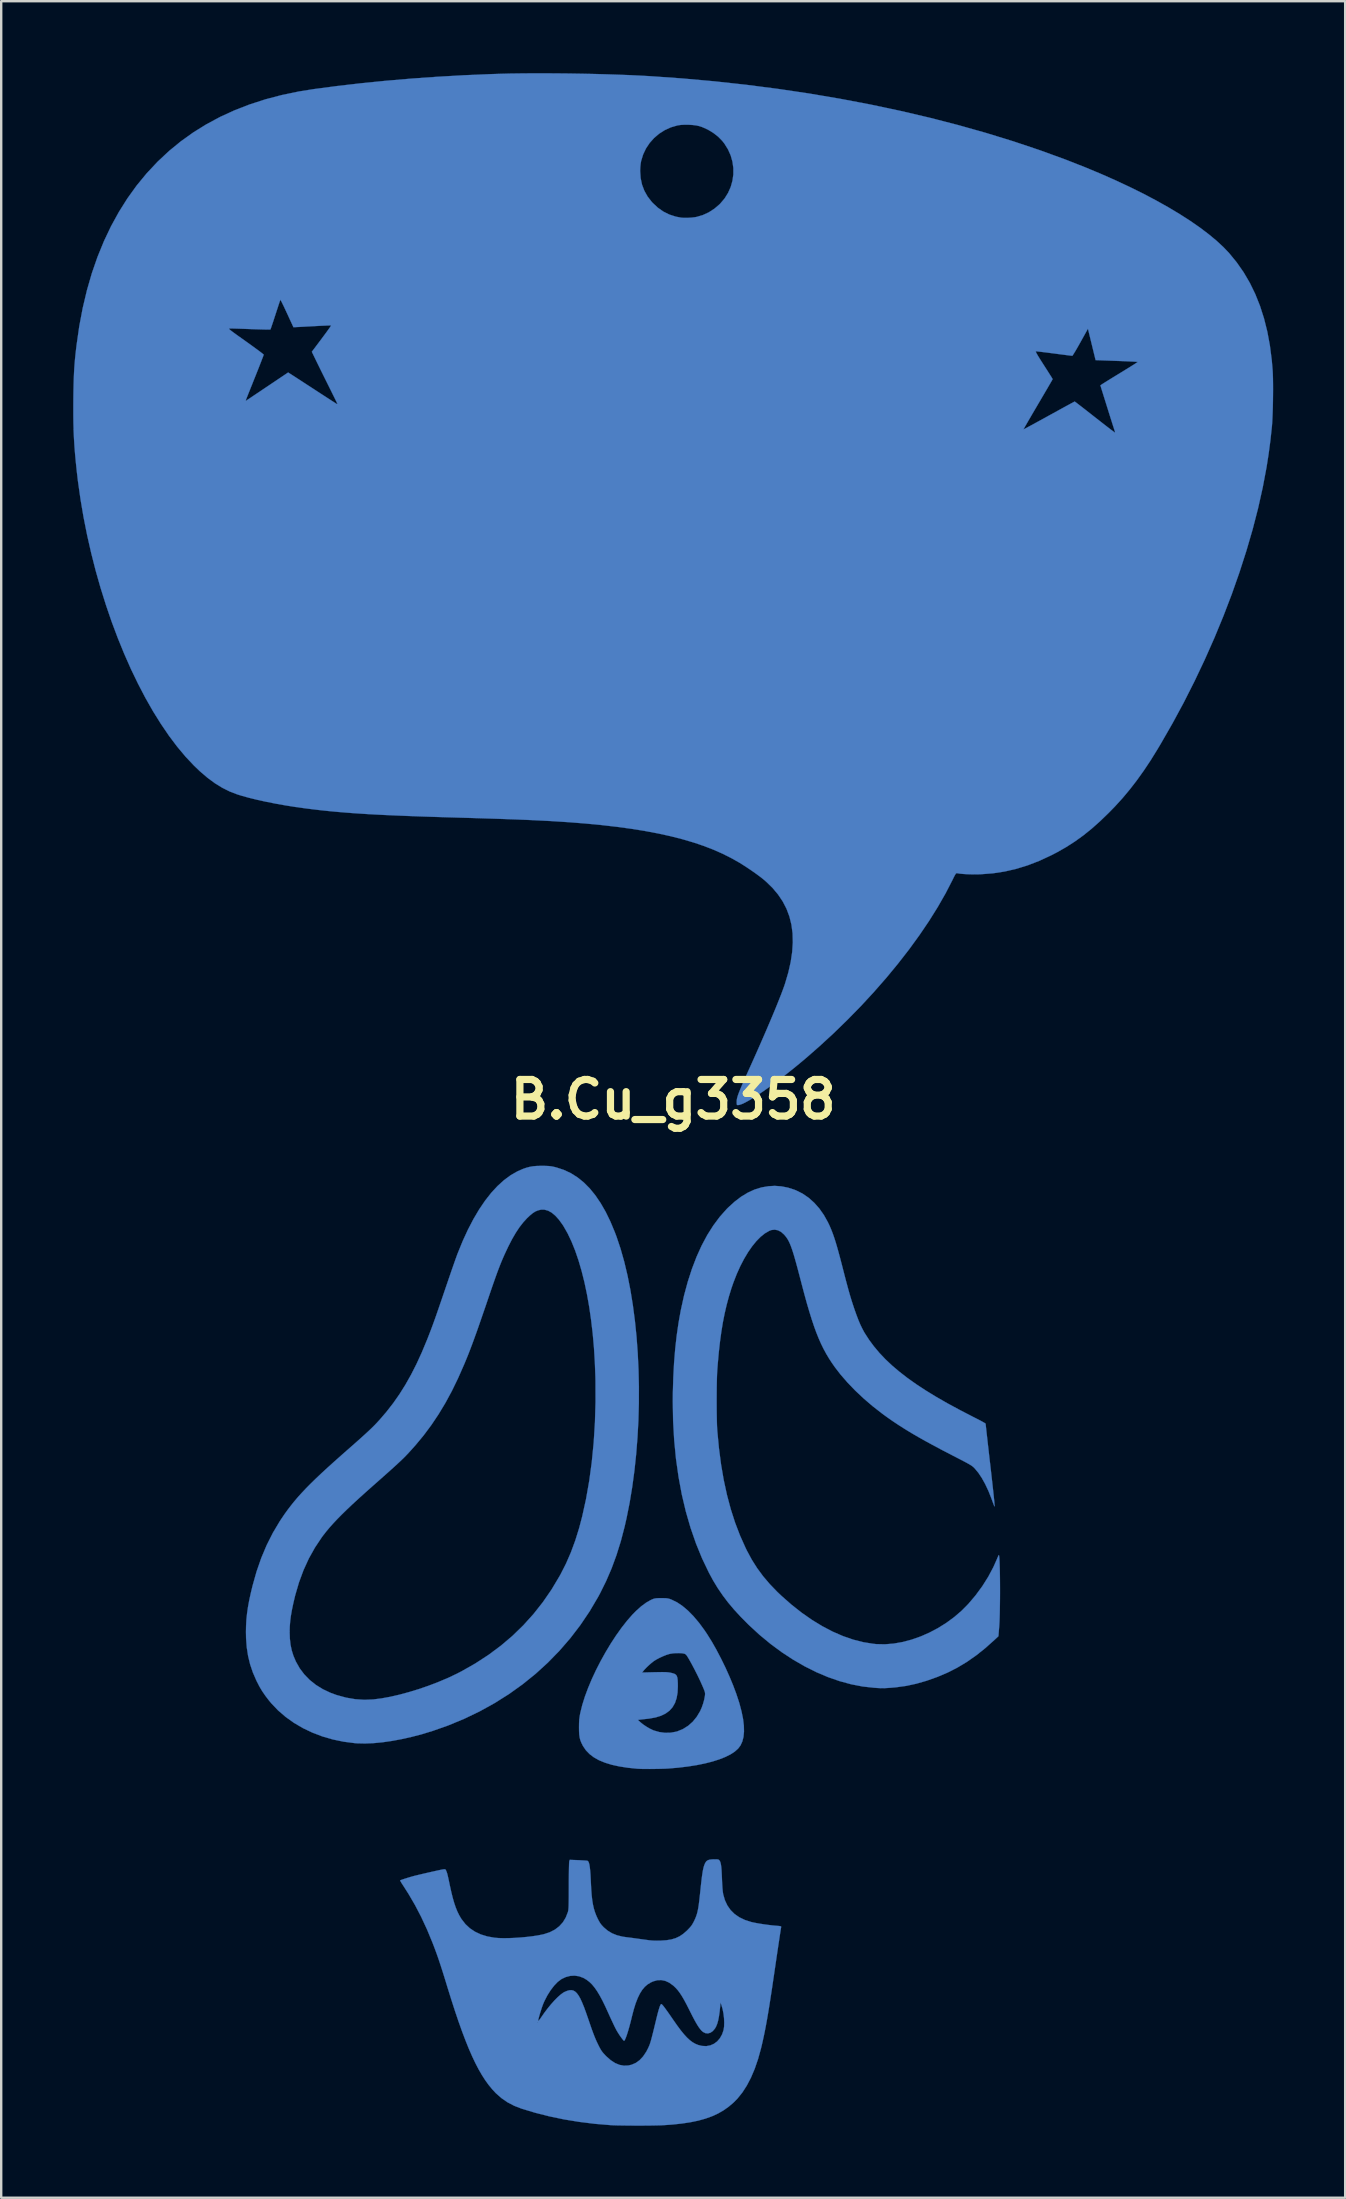
<source format=kicad_pcb>
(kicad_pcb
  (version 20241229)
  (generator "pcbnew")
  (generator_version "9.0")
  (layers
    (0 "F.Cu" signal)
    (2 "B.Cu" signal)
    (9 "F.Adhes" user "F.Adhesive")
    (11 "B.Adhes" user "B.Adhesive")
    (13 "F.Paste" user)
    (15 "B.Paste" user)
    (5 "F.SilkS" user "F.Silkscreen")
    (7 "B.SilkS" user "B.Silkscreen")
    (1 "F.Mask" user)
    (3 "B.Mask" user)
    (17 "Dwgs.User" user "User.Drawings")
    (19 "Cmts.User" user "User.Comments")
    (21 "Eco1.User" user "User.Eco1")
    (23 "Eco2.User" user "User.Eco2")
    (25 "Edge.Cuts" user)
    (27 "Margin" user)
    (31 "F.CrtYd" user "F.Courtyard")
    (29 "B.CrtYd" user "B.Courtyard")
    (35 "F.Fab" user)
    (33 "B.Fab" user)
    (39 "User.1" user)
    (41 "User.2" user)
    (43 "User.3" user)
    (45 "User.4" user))
  (footprint "B.Cu_g3358"
    (layer "F.Cu")
    (at 24.999 42.763)
    (property "Reference" "B.Cu_g3358" (at 0 0 0) (layer "F.SilkS") (effects (font (size 1.524 1.524) (thickness 0.3))))
    (attr through_hole)
    (fp_poly (pts (xy -0.487 20.776) (xy -0.372 20.777) (xy -0.288 20.78) (xy -0.223 20.789) (xy -0.164 20.803) (xy -0.1 20.826) (xy -0.062 20.841) (xy 0.163 20.951) (xy 0.389 21.104) (xy 0.618 21.297) (xy 0.847 21.53) (xy 1.077 21.803) (xy 1.306 22.114) (xy 1.423 22.289) (xy 1.616 22.599) (xy 1.807 22.937) (xy 1.995 23.296) (xy 2.176 23.666) (xy 2.344 24.039) (xy 2.497 24.408) (xy 2.63 24.763) (xy 2.74 25.097) (xy 2.761 25.166) (xy 2.85 25.504) (xy 2.912 25.811) (xy 2.945 26.088) (xy 2.951 26.336) (xy 2.93 26.556) (xy 2.881 26.749) (xy 2.804 26.916) (xy 2.804 26.916) (xy 2.705 27.046) (xy 2.566 27.17) (xy 2.389 27.286) (xy 2.174 27.393) (xy 1.925 27.492) (xy 1.643 27.582) (xy 1.329 27.662) (xy 0.986 27.732) (xy 0.614 27.791) (xy 0.216 27.839) (xy -0.206 27.875) (xy -0.222 27.876) (xy -0.335 27.882) (xy -0.476 27.886) (xy -0.635 27.89) (xy -0.804 27.892) (xy -0.974 27.894) (xy -1.137 27.893) (xy -1.283 27.892) (xy -1.404 27.888) (xy -1.492 27.884) (xy -1.492 27.884) (xy -1.887 27.843) (xy -2.243 27.788) (xy -2.562 27.718) (xy -2.844 27.631) (xy -3.092 27.529) (xy -3.305 27.409) (xy -3.486 27.272) (xy -3.635 27.117) (xy -3.754 26.943) (xy -3.776 26.903) (xy -3.83 26.792) (xy -3.87 26.689) (xy -3.897 26.582) (xy -3.914 26.463) (xy -3.922 26.321) (xy -3.924 26.151) (xy -3.922 26.003) (xy -3.917 25.884) (xy -3.914 25.849) (xy -1.471 25.849) (xy -1.355 25.955) (xy -1.245 26.043) (xy -1.112 26.132) (xy -0.973 26.213) (xy -0.842 26.276) (xy -0.812 26.288) (xy -0.58 26.355) (xy -0.341 26.387) (xy -0.105 26.382) (xy 0.122 26.341) (xy 0.18 26.324) (xy 0.414 26.226) (xy 0.627 26.092) (xy 0.816 25.924) (xy 0.982 25.72) (xy 1.124 25.483) (xy 1.129 25.472) (xy 1.191 25.332) (xy 1.247 25.172) (xy 1.292 25.009) (xy 1.32 24.862) (xy 1.324 24.834) (xy 1.329 24.781) (xy 1.328 24.736) (xy 1.32 24.688) (xy 1.301 24.63) (xy 1.27 24.551) (xy 1.225 24.446) (xy 1.129 24.23) (xy 1.016 23.994) (xy 0.894 23.753) (xy 0.772 23.522) (xy 0.676 23.349) (xy 0.618 23.251) (xy 0.576 23.184) (xy 0.542 23.14) (xy 0.512 23.113) (xy 0.48 23.097) (xy 0.455 23.088) (xy 0.368 23.073) (xy 0.253 23.066) (xy 0.124 23.067) (xy -0.006 23.077) (xy -0.124 23.095) (xy -0.159 23.103) (xy -0.28 23.14) (xy -0.42 23.196) (xy -0.564 23.262) (xy -0.697 23.332) (xy -0.805 23.399) (xy -0.811 23.404) (xy -0.908 23.48) (xy -1.013 23.572) (xy -1.114 23.668) (xy -1.199 23.757) (xy -1.231 23.796) (xy -1.294 23.875) (xy -0.779 23.862) (xy -0.607 23.859) (xy -0.47 23.857) (xy -0.362 23.858) (xy -0.276 23.861) (xy -0.205 23.868) (xy -0.144 23.877) (xy -0.106 23.884) (xy -0.011 23.907) (xy 0.061 23.933) (xy 0.114 23.968) (xy 0.15 24.018) (xy 0.174 24.089) (xy 0.187 24.186) (xy 0.193 24.315) (xy 0.195 24.448) (xy 0.183 24.71) (xy 0.143 24.942) (xy 0.075 25.144) (xy -0.024 25.318) (xy -0.153 25.464) (xy -0.315 25.583) (xy -0.51 25.678) (xy -0.738 25.748) (xy -1.002 25.795) (xy -1.061 25.802) (xy -1.165 25.813) (xy -1.264 25.824) (xy -1.344 25.834) (xy -1.376 25.837) (xy -1.471 25.849) (xy -3.914 25.849) (xy -3.907 25.778) (xy -3.892 25.673) (xy -3.869 25.553) (xy -3.866 25.541) (xy -3.786 25.219) (xy -3.678 24.876) (xy -3.544 24.517) (xy -3.389 24.147) (xy -3.214 23.772) (xy -3.022 23.398) (xy -2.817 23.029) (xy -2.602 22.671) (xy -2.379 22.33) (xy -2.152 22.011) (xy -1.923 21.719) (xy -1.696 21.46) (xy -1.542 21.304) (xy -1.329 21.113) (xy -1.127 20.964) (xy -0.936 20.855) (xy -0.881 20.83) (xy -0.821 20.806) (xy -0.767 20.791) (xy -0.706 20.781) (xy -0.629 20.777) (xy -0.524 20.776) (xy -0.487 20.776)) (stroke (width 0.01) (type solid)) (fill yes) (layer "B.Cu"))
    (fp_poly (pts (xy -5.45 2.764) (xy -5.316 2.766) (xy -5.211 2.77) (xy -5.125 2.777) (xy -5.046 2.789) (xy -4.961 2.807) (xy -4.858 2.833) (xy -4.554 2.933) (xy -4.264 3.069) (xy -3.988 3.243) (xy -3.726 3.454) (xy -3.478 3.703) (xy -3.244 3.99) (xy -3.022 4.317) (xy -2.812 4.682) (xy -2.615 5.087) (xy -2.429 5.533) (xy -2.359 5.719) (xy -2.19 6.225) (xy -2.037 6.766) (xy -1.901 7.339) (xy -1.782 7.941) (xy -1.68 8.568) (xy -1.595 9.217) (xy -1.527 9.884) (xy -1.477 10.566) (xy -1.444 11.26) (xy -1.428 11.961) (xy -1.43 12.666) (xy -1.449 13.373) (xy -1.487 14.077) (xy -1.542 14.776) (xy -1.615 15.465) (xy -1.706 16.142) (xy -1.815 16.802) (xy -1.943 17.442) (xy -2.022 17.791) (xy -2.181 18.402) (xy -2.362 18.981) (xy -2.564 19.532) (xy -2.792 20.061) (xy -3.046 20.574) (xy -3.128 20.726) (xy -3.481 21.325) (xy -3.869 21.9) (xy -4.289 22.448) (xy -4.741 22.97) (xy -5.223 23.464) (xy -5.734 23.93) (xy -6.274 24.366) (xy -6.841 24.772) (xy -7.435 25.146) (xy -8.054 25.489) (xy -8.697 25.799) (xy -9.363 26.076) (xy -10.012 26.305) (xy -10.446 26.438) (xy -10.878 26.552) (xy -11.303 26.648) (xy -11.716 26.725) (xy -12.113 26.782) (xy -12.489 26.818) (xy -12.84 26.832) (xy -13.162 26.825) (xy -13.261 26.818) (xy -13.727 26.758) (xy -14.18 26.664) (xy -14.616 26.538) (xy -15.033 26.379) (xy -15.428 26.191) (xy -15.8 25.973) (xy -16.145 25.727) (xy -16.461 25.455) (xy -16.745 25.157) (xy -16.833 25.052) (xy -16.989 24.849) (xy -17.121 24.657) (xy -17.238 24.461) (xy -17.349 24.245) (xy -17.367 24.209) (xy -17.513 23.872) (xy -17.627 23.535) (xy -17.711 23.19) (xy -17.767 22.831) (xy -17.796 22.45) (xy -17.801 22.187) (xy -17.801 22.172) (xy -15.981 22.172) (xy -15.972 22.457) (xy -15.944 22.713) (xy -15.894 22.951) (xy -15.822 23.18) (xy -15.724 23.41) (xy -15.719 23.421) (xy -15.562 23.699) (xy -15.37 23.954) (xy -15.145 24.185) (xy -14.888 24.39) (xy -14.601 24.568) (xy -14.284 24.718) (xy -14.022 24.814) (xy -13.63 24.921) (xy -13.246 24.987) (xy -12.867 25.012) (xy -12.502 24.997) (xy -12.161 24.954) (xy -11.793 24.887) (xy -11.405 24.798) (xy -11.003 24.689) (xy -10.594 24.564) (xy -10.185 24.423) (xy -9.783 24.269) (xy -9.394 24.104) (xy -9.024 23.93) (xy -8.826 23.828) (xy -8.245 23.498) (xy -7.696 23.141) (xy -7.18 22.757) (xy -6.696 22.346) (xy -6.244 21.907) (xy -5.822 21.44) (xy -5.431 20.944) (xy -5.069 20.419) (xy -4.737 19.863) (xy -4.692 19.782) (xy -4.466 19.338) (xy -4.263 18.872) (xy -4.081 18.379) (xy -3.918 17.856) (xy -3.791 17.372) (xy -3.631 16.646) (xy -3.498 15.89) (xy -3.392 15.105) (xy -3.312 14.294) (xy -3.26 13.458) (xy -3.235 12.601) (xy -3.237 11.723) (xy -3.241 11.557) (xy -3.264 10.94) (xy -3.301 10.337) (xy -3.353 9.751) (xy -3.42 9.184) (xy -3.499 8.637) (xy -3.592 8.113) (xy -3.697 7.615) (xy -3.815 7.145) (xy -3.944 6.704) (xy -4.084 6.295) (xy -4.235 5.92) (xy -4.396 5.581) (xy -4.567 5.281) (xy -4.609 5.216) (xy -4.76 5.007) (xy -4.911 4.84) (xy -5.06 4.715) (xy -5.21 4.632) (xy -5.36 4.591) (xy -5.509 4.591) (xy -5.535 4.595) (xy -5.646 4.624) (xy -5.751 4.67) (xy -5.857 4.739) (xy -5.972 4.834) (xy -6.086 4.942) (xy -6.248 5.119) (xy -6.405 5.321) (xy -6.559 5.553) (xy -6.712 5.817) (xy -6.867 6.117) (xy -6.975 6.346) (xy -7.038 6.483) (xy -7.096 6.615) (xy -7.152 6.747) (xy -7.207 6.883) (xy -7.264 7.029) (xy -7.324 7.188) (xy -7.388 7.365) (xy -7.459 7.566) (xy -7.539 7.794) (xy -7.628 8.054) (xy -7.696 8.254) (xy -7.819 8.616) (xy -7.931 8.941) (xy -8.032 9.233) (xy -8.123 9.496) (xy -8.207 9.733) (xy -8.285 9.948) (xy -8.357 10.145) (xy -8.425 10.327) (xy -8.49 10.497) (xy -8.554 10.66) (xy -8.619 10.819) (xy -8.684 10.977) (xy -8.709 11.036) (xy -8.961 11.608) (xy -9.221 12.143) (xy -9.492 12.644) (xy -9.777 13.116) (xy -10.077 13.564) (xy -10.396 13.992) (xy -10.738 14.405) (xy -11.003 14.7) (xy -11.073 14.775) (xy -11.143 14.848) (xy -11.216 14.922) (xy -11.295 14.999) (xy -11.383 15.083) (xy -11.482 15.175) (xy -11.596 15.28) (xy -11.727 15.398) (xy -11.878 15.534) (xy -12.053 15.689) (xy -12.253 15.867) (xy -12.483 16.07) (xy -12.488 16.074) (xy -12.81 16.36) (xy -13.1 16.622) (xy -13.362 16.863) (xy -13.596 17.085) (xy -13.807 17.291) (xy -13.996 17.483) (xy -14.165 17.663) (xy -14.318 17.834) (xy -14.455 17.998) (xy -14.58 18.158) (xy -14.639 18.237) (xy -14.925 18.666) (xy -15.18 19.122) (xy -15.401 19.605) (xy -15.59 20.115) (xy -15.747 20.651) (xy -15.757 20.69) (xy -15.829 20.995) (xy -15.886 21.267) (xy -15.929 21.514) (xy -15.958 21.742) (xy -15.975 21.957) (xy -15.981 22.168) (xy -15.981 22.172) (xy -17.801 22.172) (xy -17.796 21.926) (xy -17.782 21.671) (xy -17.755 21.414) (xy -17.717 21.149) (xy -17.665 20.866) (xy -17.598 20.559) (xy -17.526 20.261) (xy -17.359 19.667) (xy -17.163 19.103) (xy -16.938 18.568) (xy -16.682 18.06) (xy -16.396 17.579) (xy -16.316 17.458) (xy -16.189 17.271) (xy -16.059 17.091) (xy -15.925 16.916) (xy -15.785 16.741) (xy -15.636 16.566) (xy -15.474 16.387) (xy -15.299 16.201) (xy -15.107 16.007) (xy -14.896 15.801) (xy -14.664 15.581) (xy -14.407 15.344) (xy -14.123 15.088) (xy -13.811 14.81) (xy -13.59 14.615) (xy -13.367 14.42) (xy -13.174 14.249) (xy -13.007 14.1) (xy -12.862 13.969) (xy -12.736 13.853) (xy -12.626 13.75) (xy -12.529 13.656) (xy -12.441 13.568) (xy -12.36 13.484) (xy -12.282 13.399) (xy -12.238 13.352) (xy -11.943 13.008) (xy -11.666 12.652) (xy -11.405 12.279) (xy -11.158 11.885) (xy -10.922 11.467) (xy -10.695 11.02) (xy -10.475 10.539) (xy -10.259 10.021) (xy -10.213 9.906) (xy -10.162 9.774) (xy -10.112 9.646) (xy -10.064 9.518) (xy -10.014 9.384) (xy -9.963 9.242) (xy -9.907 9.087) (xy -9.847 8.915) (xy -9.78 8.721) (xy -9.705 8.503) (xy -9.62 8.255) (xy -9.524 7.973) (xy -9.459 7.782) (xy -9.386 7.568) (xy -9.313 7.356) (xy -9.243 7.151) (xy -9.176 6.959) (xy -9.115 6.785) (xy -9.062 6.635) (xy -9.018 6.514) (xy -8.986 6.426) (xy -8.982 6.417) (xy -8.772 5.901) (xy -8.552 5.422) (xy -8.322 4.981) (xy -8.084 4.578) (xy -7.837 4.214) (xy -7.582 3.889) (xy -7.319 3.604) (xy -7.048 3.359) (xy -6.771 3.154) (xy -6.486 2.991) (xy -6.259 2.892) (xy -6.112 2.841) (xy -5.974 2.805) (xy -5.834 2.781) (xy -5.679 2.768) (xy -5.497 2.764) (xy -5.45 2.764)) (stroke (width 0.01) (type solid)) (fill yes) (layer "B.Cu"))
    (fp_poly (pts (xy 4.502 3.617) (xy 4.779 3.671) (xy 5.055 3.759) (xy 5.124 3.787) (xy 5.39 3.92) (xy 5.64 4.091) (xy 5.873 4.298) (xy 6.087 4.539) (xy 6.279 4.812) (xy 6.447 5.113) (xy 6.459 5.138) (xy 6.517 5.26) (xy 6.57 5.383) (xy 6.621 5.509) (xy 6.671 5.644) (xy 6.721 5.791) (xy 6.773 5.955) (xy 6.828 6.141) (xy 6.887 6.352) (xy 6.952 6.593) (xy 7.024 6.869) (xy 7.07 7.048) (xy 7.139 7.318) (xy 7.2 7.552) (xy 7.255 7.756) (xy 7.304 7.937) (xy 7.35 8.099) (xy 7.394 8.248) (xy 7.438 8.391) (xy 7.484 8.532) (xy 7.532 8.678) (xy 7.557 8.752) (xy 7.644 8.996) (xy 7.725 9.207) (xy 7.803 9.39) (xy 7.882 9.552) (xy 7.963 9.702) (xy 7.98 9.73) (xy 8.161 10.011) (xy 8.364 10.285) (xy 8.59 10.555) (xy 8.841 10.82) (xy 9.119 11.082) (xy 9.426 11.342) (xy 9.762 11.603) (xy 10.13 11.864) (xy 10.531 12.127) (xy 10.967 12.393) (xy 11.439 12.664) (xy 11.95 12.94) (xy 12.499 13.224) (xy 12.61 13.28) (xy 12.73 13.341) (xy 12.836 13.397) (xy 12.922 13.445) (xy 12.984 13.481) (xy 13.015 13.504) (xy 13.018 13.508) (xy 13.02 13.532) (xy 13.027 13.595) (xy 13.038 13.694) (xy 13.052 13.825) (xy 13.07 13.984) (xy 13.091 14.169) (xy 13.114 14.376) (xy 13.14 14.601) (xy 13.167 14.843) (xy 13.196 15.096) (xy 13.197 15.1) (xy 13.235 15.431) (xy 13.268 15.723) (xy 13.297 15.977) (xy 13.321 16.195) (xy 13.341 16.381) (xy 13.358 16.536) (xy 13.371 16.663) (xy 13.381 16.763) (xy 13.387 16.84) (xy 13.391 16.895) (xy 13.392 16.931) (xy 13.39 16.95) (xy 13.387 16.954) (xy 13.381 16.945) (xy 13.38 16.944) (xy 13.366 16.909) (xy 13.341 16.843) (xy 13.308 16.755) (xy 13.271 16.653) (xy 13.261 16.626) (xy 13.137 16.312) (xy 13.002 16.026) (xy 12.861 15.771) (xy 12.714 15.551) (xy 12.57 15.378) (xy 12.538 15.344) (xy 12.506 15.314) (xy 12.47 15.284) (xy 12.427 15.253) (xy 12.371 15.218) (xy 12.301 15.177) (xy 12.21 15.127) (xy 12.097 15.067) (xy 11.955 14.993) (xy 11.782 14.904) (xy 11.679 14.851) (xy 11.267 14.638) (xy 10.891 14.438) (xy 10.547 14.251) (xy 10.23 14.073) (xy 9.936 13.902) (xy 9.663 13.736) (xy 9.405 13.572) (xy 9.16 13.409) (xy 8.923 13.244) (xy 8.7 13.081) (xy 8.31 12.777) (xy 7.938 12.458) (xy 7.588 12.129) (xy 7.265 11.794) (xy 6.974 11.459) (xy 6.747 11.165) (xy 6.615 10.977) (xy 6.492 10.788) (xy 6.377 10.595) (xy 6.268 10.394) (xy 6.164 10.183) (xy 6.064 9.957) (xy 5.966 9.714) (xy 5.87 9.45) (xy 5.773 9.161) (xy 5.675 8.845) (xy 5.573 8.498) (xy 5.468 8.117) (xy 5.357 7.698) (xy 5.334 7.609) (xy 5.253 7.299) (xy 5.181 7.026) (xy 5.116 6.788) (xy 5.058 6.582) (xy 5.005 6.405) (xy 4.956 6.253) (xy 4.91 6.124) (xy 4.866 6.014) (xy 4.823 5.92) (xy 4.78 5.84) (xy 4.735 5.769) (xy 4.687 5.705) (xy 4.636 5.644) (xy 4.616 5.622) (xy 4.493 5.515) (xy 4.364 5.448) (xy 4.231 5.423) (xy 4.094 5.438) (xy 4.007 5.47) (xy 3.827 5.574) (xy 3.646 5.718) (xy 3.467 5.899) (xy 3.291 6.115) (xy 3.119 6.363) (xy 2.953 6.641) (xy 2.795 6.945) (xy 2.647 7.274) (xy 2.51 7.625) (xy 2.426 7.868) (xy 2.321 8.209) (xy 2.228 8.555) (xy 2.145 8.911) (xy 2.071 9.283) (xy 2.007 9.675) (xy 1.95 10.092) (xy 1.9 10.539) (xy 1.857 11.02) (xy 1.838 11.271) (xy 1.83 11.404) (xy 1.824 11.571) (xy 1.819 11.766) (xy 1.815 11.983) (xy 1.813 12.215) (xy 1.812 12.455) (xy 1.812 12.697) (xy 1.813 12.935) (xy 1.816 13.161) (xy 1.82 13.37) (xy 1.825 13.554) (xy 1.832 13.708) (xy 1.838 13.801) (xy 1.906 14.52) (xy 1.995 15.205) (xy 2.107 15.857) (xy 2.242 16.477) (xy 2.399 17.067) (xy 2.58 17.63) (xy 2.785 18.166) (xy 3.014 18.677) (xy 3.072 18.796) (xy 3.275 19.172) (xy 3.498 19.525) (xy 3.746 19.862) (xy 4.024 20.189) (xy 4.336 20.513) (xy 4.511 20.679) (xy 4.932 21.05) (xy 5.357 21.385) (xy 5.786 21.684) (xy 6.216 21.946) (xy 6.646 22.171) (xy 7.074 22.357) (xy 7.499 22.504) (xy 7.92 22.611) (xy 8.336 22.678) (xy 8.465 22.691) (xy 8.818 22.699) (xy 9.183 22.67) (xy 9.555 22.605) (xy 9.93 22.506) (xy 10.304 22.375) (xy 10.674 22.213) (xy 11.034 22.023) (xy 11.381 21.806) (xy 11.712 21.563) (xy 12.021 21.297) (xy 12.294 21.021) (xy 12.6 20.66) (xy 12.879 20.28) (xy 13.127 19.886) (xy 13.34 19.485) (xy 13.473 19.188) (xy 13.508 19.104) (xy 13.539 19.035) (xy 13.561 18.99) (xy 13.568 18.979) (xy 13.576 18.99) (xy 13.584 19.039) (xy 13.592 19.123) (xy 13.598 19.238) (xy 13.603 19.379) (xy 13.608 19.543) (xy 13.612 19.727) (xy 13.615 19.925) (xy 13.617 20.136) (xy 13.618 20.353) (xy 13.618 20.574) (xy 13.617 20.795) (xy 13.614 21.012) (xy 13.611 21.221) (xy 13.607 21.418) (xy 13.602 21.6) (xy 13.596 21.762) (xy 13.588 21.9) (xy 13.583 21.971) (xy 13.552 22.363) (xy 13.385 22.519) (xy 13.003 22.86) (xy 12.623 23.163) (xy 12.24 23.431) (xy 11.847 23.667) (xy 11.44 23.875) (xy 11.013 24.057) (xy 10.56 24.218) (xy 10.55 24.221) (xy 10.124 24.343) (xy 9.706 24.433) (xy 9.283 24.491) (xy 9.057 24.511) (xy 8.931 24.519) (xy 8.833 24.525) (xy 8.751 24.527) (xy 8.674 24.527) (xy 8.59 24.524) (xy 8.485 24.518) (xy 8.371 24.51) (xy 7.898 24.458) (xy 7.417 24.365) (xy 6.932 24.233) (xy 6.445 24.064) (xy 5.958 23.857) (xy 5.474 23.614) (xy 4.993 23.336) (xy 4.519 23.025) (xy 4.054 22.681) (xy 3.6 22.306) (xy 3.159 21.9) (xy 3.124 21.866) (xy 2.813 21.552) (xy 2.536 21.251) (xy 2.287 20.955) (xy 2.063 20.659) (xy 1.857 20.357) (xy 1.666 20.042) (xy 1.49 19.717) (xy 1.205 19.122) (xy 0.95 18.498) (xy 0.724 17.845) (xy 0.527 17.164) (xy 0.36 16.458) (xy 0.224 15.727) (xy 0.117 14.972) (xy 0.042 14.194) (xy -0.003 13.396) (xy -0.017 12.578) (xy -0.014 12.234) (xy 0.005 11.587) (xy 0.037 10.975) (xy 0.084 10.394) (xy 0.146 9.839) (xy 0.223 9.306) (xy 0.316 8.788) (xy 0.319 8.774) (xy 0.453 8.166) (xy 0.608 7.593) (xy 0.783 7.053) (xy 0.977 6.547) (xy 1.19 6.077) (xy 1.423 5.642) (xy 1.675 5.244) (xy 1.945 4.883) (xy 2.233 4.559) (xy 2.284 4.508) (xy 2.558 4.258) (xy 2.833 4.048) (xy 3.111 3.88) (xy 3.393 3.751) (xy 3.681 3.662) (xy 3.977 3.612) (xy 4.233 3.598) (xy 4.502 3.617)) (stroke (width 0.01) (type solid)) (fill yes) (layer "B.Cu"))
    (fp_poly (pts (xy 1.851 31.662) (xy 1.889 31.671) (xy 1.913 31.688) (xy 1.927 31.703) (xy 1.952 31.744) (xy 1.973 31.8) (xy 1.99 31.877) (xy 2.004 31.978) (xy 2.015 32.109) (xy 2.024 32.273) (xy 2.032 32.459) (xy 2.041 32.676) (xy 2.053 32.858) (xy 2.067 33.003) (xy 2.083 33.108) (xy 2.084 33.115) (xy 2.155 33.362) (xy 2.258 33.581) (xy 2.392 33.772) (xy 2.558 33.937) (xy 2.757 34.074) (xy 2.988 34.185) (xy 3.253 34.27) (xy 3.281 34.277) (xy 3.414 34.305) (xy 3.577 34.335) (xy 3.76 34.363) (xy 3.951 34.39) (xy 4.139 34.412) (xy 4.312 34.428) (xy 4.323 34.429) (xy 4.412 34.436) (xy 4.465 34.444) (xy 4.493 34.454) (xy 4.5 34.469) (xy 4.498 34.488) (xy 4.491 34.526) (xy 4.479 34.602) (xy 4.461 34.715) (xy 4.439 34.86) (xy 4.413 35.036) (xy 4.382 35.24) (xy 4.348 35.467) (xy 4.311 35.716) (xy 4.272 35.984) (xy 4.23 36.268) (xy 4.187 36.564) (xy 4.18 36.608) (xy 4.12 37.018) (xy 4.063 37.389) (xy 4.011 37.726) (xy 3.961 38.032) (xy 3.913 38.312) (xy 3.867 38.568) (xy 3.821 38.805) (xy 3.776 39.026) (xy 3.73 39.235) (xy 3.684 39.436) (xy 3.659 39.538) (xy 3.536 39.982) (xy 3.397 40.387) (xy 3.242 40.753) (xy 3.07 41.082) (xy 2.882 41.374) (xy 2.676 41.63) (xy 2.515 41.793) (xy 2.313 41.965) (xy 2.099 42.117) (xy 1.868 42.25) (xy 1.617 42.365) (xy 1.344 42.463) (xy 1.045 42.546) (xy 0.717 42.614) (xy 0.358 42.668) (xy -0.037 42.71) (xy -0.392 42.735) (xy -0.516 42.741) (xy -0.676 42.745) (xy -0.863 42.749) (xy -1.07 42.751) (xy -1.291 42.753) (xy -1.519 42.753) (xy -1.746 42.752) (xy -1.965 42.75) (xy -2.169 42.747) (xy -2.352 42.744) (xy -2.506 42.739) (xy -2.614 42.733) (xy -3.264 42.679) (xy -3.91 42.599) (xy -4.547 42.495) (xy -5.166 42.366) (xy -5.761 42.215) (xy -6.317 42.047) (xy -6.626 41.927) (xy -6.904 41.782) (xy -7.156 41.608) (xy -7.387 41.404) (xy -7.398 41.393) (xy -7.545 41.234) (xy -7.689 41.058) (xy -7.829 40.865) (xy -7.967 40.65) (xy -8.104 40.414) (xy -8.24 40.153) (xy -8.376 39.866) (xy -8.514 39.551) (xy -8.653 39.206) (xy -8.796 38.829) (xy -8.931 38.449) (xy -5.652 38.449) (xy -5.641 38.46) (xy -5.63 38.449) (xy -5.641 38.439) (xy -5.652 38.449) (xy -8.931 38.449) (xy -8.942 38.419) (xy -8.951 38.392) (xy -5.626 38.392) (xy -5.626 38.393) (xy -5.613 38.39) (xy -5.582 38.356) (xy -5.538 38.298) (xy -5.495 38.236) (xy -5.363 38.046) (xy -5.224 37.863) (xy -5.083 37.692) (xy -4.945 37.537) (xy -4.812 37.403) (xy -4.689 37.294) (xy -4.581 37.215) (xy -4.527 37.185) (xy -4.422 37.14) (xy -4.328 37.114) (xy -4.242 37.109) (xy -4.162 37.125) (xy -4.087 37.167) (xy -4.014 37.235) (xy -3.943 37.332) (xy -3.87 37.459) (xy -3.796 37.62) (xy -3.716 37.815) (xy -3.631 38.047) (xy -3.538 38.315) (xy -3.462 38.537) (xy -3.397 38.725) (xy -3.338 38.886) (xy -3.285 39.024) (xy -3.234 39.148) (xy -3.183 39.263) (xy -3.129 39.375) (xy -3.084 39.465) (xy -3.028 39.569) (xy -2.974 39.654) (xy -2.912 39.733) (xy -2.832 39.82) (xy -2.784 39.869) (xy -2.603 40.028) (xy -2.422 40.146) (xy -2.24 40.222) (xy -2.056 40.256) (xy -1.87 40.249) (xy -1.729 40.216) (xy -1.557 40.141) (xy -1.398 40.026) (xy -1.253 39.871) (xy -1.122 39.677) (xy -1.044 39.527) (xy -1.023 39.481) (xy -1.004 39.437) (xy -0.985 39.392) (xy -0.967 39.341) (xy -0.948 39.282) (xy -0.926 39.209) (xy -0.902 39.119) (xy -0.873 39.009) (xy -0.839 38.874) (xy -0.799 38.712) (xy -0.752 38.517) (xy -0.696 38.286) (xy -0.671 38.185) (xy -0.641 38.066) (xy -0.61 37.954) (xy -0.581 37.858) (xy -0.558 37.789) (xy -0.552 37.775) (xy -0.525 37.716) (xy -0.504 37.691) (xy -0.485 37.692) (xy -0.474 37.7) (xy -0.439 37.735) (xy -0.388 37.797) (xy -0.32 37.888) (xy -0.233 38.008) (xy -0.126 38.161) (xy -0.000417 38.343) (xy 0.164 38.578) (xy 0.312 38.778) (xy 0.448 38.945) (xy 0.574 39.083) (xy 0.694 39.194) (xy 0.81 39.281) (xy 0.926 39.347) (xy 1.045 39.395) (xy 1.169 39.427) (xy 1.202 39.433) (xy 1.379 39.442) (xy 1.545 39.412) (xy 1.697 39.346) (xy 1.833 39.246) (xy 1.947 39.114) (xy 2.038 38.952) (xy 2.098 38.777) (xy 2.121 38.635) (xy 2.127 38.465) (xy 2.119 38.279) (xy 2.096 38.087) (xy 2.06 37.901) (xy 2.012 37.734) (xy 1.974 37.624) (xy 1.96 37.772) (xy 1.935 38.01) (xy 1.906 38.211) (xy 1.873 38.378) (xy 1.834 38.515) (xy 1.788 38.626) (xy 1.741 38.709) (xy 1.651 38.815) (xy 1.552 38.883) (xy 1.449 38.912) (xy 1.345 38.902) (xy 1.244 38.852) (xy 1.183 38.799) (xy 1.131 38.739) (xy 1.077 38.668) (xy 1.02 38.582) (xy 0.957 38.477) (xy 0.885 38.348) (xy 0.802 38.19) (xy 0.706 38) (xy 0.666 37.92) (xy 0.554 37.699) (xy 0.454 37.513) (xy 0.363 37.357) (xy 0.277 37.226) (xy 0.194 37.115) (xy 0.11 37.021) (xy 0.023 36.937) (xy -0.005 36.913) (xy -0.169 36.796) (xy -0.333 36.722) (xy -0.499 36.689) (xy -0.667 36.697) (xy -0.841 36.747) (xy -0.931 36.788) (xy -1.063 36.868) (xy -1.182 36.97) (xy -1.29 37.098) (xy -1.388 37.254) (xy -1.479 37.441) (xy -1.564 37.661) (xy -1.644 37.919) (xy -1.721 38.215) (xy -1.726 38.238) (xy -1.774 38.434) (xy -1.823 38.617) (xy -1.87 38.783) (xy -1.915 38.929) (xy -1.957 39.05) (xy -1.993 39.141) (xy -2.023 39.2) (xy -2.046 39.221) (xy -2.047 39.221) (xy -2.07 39.204) (xy -2.109 39.158) (xy -2.161 39.089) (xy -2.22 39.006) (xy -2.28 38.915) (xy -2.337 38.823) (xy -2.357 38.788) (xy -2.392 38.723) (xy -2.441 38.626) (xy -2.499 38.504) (xy -2.564 38.365) (xy -2.633 38.217) (xy -2.697 38.075) (xy -2.826 37.791) (xy -2.946 37.545) (xy -3.06 37.334) (xy -3.168 37.154) (xy -3.275 37.001) (xy -3.38 36.874) (xy -3.488 36.769) (xy -3.601 36.682) (xy -3.72 36.61) (xy -3.744 36.598) (xy -3.92 36.532) (xy -4.106 36.505) (xy -4.293 36.516) (xy -4.477 36.564) (xy -4.652 36.647) (xy -4.811 36.766) (xy -4.812 36.767) (xy -4.961 36.923) (xy -5.106 37.112) (xy -5.241 37.325) (xy -5.359 37.553) (xy -5.407 37.661) (xy -5.441 37.749) (xy -5.478 37.854) (xy -5.515 37.969) (xy -5.551 38.084) (xy -5.582 38.192) (xy -5.607 38.285) (xy -5.622 38.354) (xy -5.626 38.392) (xy -8.951 38.392) (xy -9.093 37.973) (xy -9.249 37.489) (xy -9.412 36.966) (xy -9.437 36.883) (xy -9.534 36.566) (xy -9.623 36.284) (xy -9.705 36.031) (xy -9.782 35.8) (xy -9.857 35.586) (xy -9.932 35.383) (xy -10.008 35.184) (xy -10.022 35.147) (xy -10.254 34.586) (xy -10.498 34.061) (xy -10.755 33.567) (xy -11.028 33.099) (xy -11.207 32.818) (xy -11.268 32.724) (xy -11.32 32.643) (xy -11.357 32.581) (xy -11.376 32.544) (xy -11.378 32.537) (xy -11.352 32.525) (xy -11.294 32.504) (xy -11.212 32.476) (xy -11.115 32.445) (xy -11.011 32.413) (xy -10.909 32.383) (xy -10.818 32.357) (xy -10.774 32.346) (xy -10.664 32.319) (xy -10.534 32.288) (xy -10.39 32.254) (xy -10.239 32.219) (xy -10.089 32.185) (xy -9.945 32.153) (xy -9.816 32.124) (xy -9.708 32.101) (xy -9.629 32.085) (xy -9.587 32.078) (xy -9.527 32.071) (xy -9.494 32.078) (xy -9.473 32.104) (xy -9.463 32.124) (xy -9.446 32.163) (xy -9.431 32.204) (xy -9.415 32.254) (xy -9.398 32.32) (xy -9.378 32.407) (xy -9.353 32.521) (xy -9.322 32.669) (xy -9.311 32.724) (xy -9.248 33.009) (xy -9.187 33.257) (xy -9.125 33.474) (xy -9.061 33.663) (xy -8.993 33.83) (xy -8.92 33.98) (xy -8.839 34.119) (xy -8.814 34.156) (xy -8.655 34.36) (xy -8.468 34.534) (xy -8.255 34.676) (xy -8.012 34.789) (xy -7.741 34.872) (xy -7.444 34.925) (xy -7.274 34.939) (xy -7.071 34.945) (xy -6.844 34.942) (xy -6.601 34.932) (xy -6.35 34.915) (xy -6.101 34.892) (xy -5.862 34.863) (xy -5.641 34.83) (xy -5.447 34.791) (xy -5.382 34.776) (xy -5.139 34.696) (xy -4.927 34.586) (xy -4.746 34.448) (xy -4.595 34.281) (xy -4.477 34.086) (xy -4.39 33.864) (xy -4.387 33.856) (xy -4.378 33.822) (xy -4.371 33.783) (xy -4.365 33.736) (xy -4.36 33.676) (xy -4.356 33.6) (xy -4.354 33.502) (xy -4.352 33.379) (xy -4.35 33.228) (xy -4.35 33.043) (xy -4.349 32.82) (xy -4.349 32.766) (xy -4.349 32.566) (xy -4.347 32.377) (xy -4.345 32.205) (xy -4.343 32.052) (xy -4.34 31.925) (xy -4.337 31.828) (xy -4.333 31.764) (xy -4.33 31.741) (xy -4.312 31.68) (xy -3.958 31.693) (xy -3.838 31.699) (xy -3.731 31.705) (xy -3.645 31.711) (xy -3.589 31.716) (xy -3.57 31.72) (xy -3.541 31.743) (xy -3.516 31.791) (xy -3.494 31.867) (xy -3.476 31.973) (xy -3.46 32.111) (xy -3.446 32.285) (xy -3.435 32.497) (xy -3.429 32.628) (xy -3.415 32.905) (xy -3.397 33.146) (xy -3.373 33.356) (xy -3.343 33.541) (xy -3.305 33.708) (xy -3.258 33.862) (xy -3.201 34.01) (xy -3.15 34.121) (xy -3.092 34.234) (xy -3.039 34.321) (xy -2.982 34.396) (xy -2.909 34.474) (xy -2.892 34.492) (xy -2.728 34.631) (xy -2.546 34.741) (xy -2.341 34.823) (xy -2.107 34.881) (xy -1.936 34.905) (xy -1.848 34.916) (xy -1.729 34.931) (xy -1.589 34.95) (xy -1.439 34.971) (xy -1.29 34.992) (xy -1.281 34.993) (xy -1.119 35.015) (xy -0.99 35.032) (xy -0.881 35.042) (xy -0.782 35.048) (xy -0.683 35.049) (xy -0.573 35.048) (xy -0.519 35.046) (xy -0.282 35.03) (xy -0.077 34.997) (xy 0.103 34.943) (xy 0.266 34.867) (xy 0.418 34.764) (xy 0.569 34.633) (xy 0.594 34.608) (xy 0.682 34.516) (xy 0.749 34.438) (xy 0.802 34.359) (xy 0.853 34.267) (xy 0.873 34.227) (xy 0.918 34.13) (xy 0.956 34.035) (xy 0.989 33.936) (xy 1.017 33.828) (xy 1.042 33.704) (xy 1.065 33.558) (xy 1.087 33.385) (xy 1.11 33.179) (xy 1.123 33.059) (xy 1.149 32.81) (xy 1.172 32.6) (xy 1.193 32.424) (xy 1.213 32.277) (xy 1.232 32.156) (xy 1.252 32.057) (xy 1.272 31.975) (xy 1.294 31.906) (xy 1.318 31.847) (xy 1.335 31.81) (xy 1.378 31.745) (xy 1.435 31.701) (xy 1.513 31.674) (xy 1.62 31.661) (xy 1.7 31.658) (xy 1.792 31.658) (xy 1.851 31.662)) (stroke (width 0.01) (type solid)) (fill yes) (layer "B.Cu"))
    (fp_poly (pts (xy -4.855 -42.755) (xy -4.327 -42.75) (xy -3.796 -42.741) (xy -3.268 -42.73) (xy -2.75 -42.716) (xy -2.248 -42.699) (xy -1.769 -42.681) (xy -1.32 -42.659) (xy -0.974 -42.64) (xy 0.376 -42.545) (xy 1.717 -42.425) (xy 3.047 -42.28) (xy 4.364 -42.11) (xy 5.665 -41.917) (xy 6.95 -41.699) (xy 8.215 -41.459) (xy 9.459 -41.195) (xy 10.679 -40.91) (xy 11.874 -40.602) (xy 13.041 -40.273) (xy 14.178 -39.923) (xy 15.284 -39.552) (xy 16.355 -39.162) (xy 17.198 -38.83) (xy 17.834 -38.564) (xy 18.446 -38.293) (xy 19.033 -38.018) (xy 19.593 -37.741) (xy 20.125 -37.46) (xy 20.627 -37.179) (xy 21.098 -36.897) (xy 21.536 -36.616) (xy 21.939 -36.337) (xy 22.306 -36.059) (xy 22.636 -35.786) (xy 22.927 -35.516) (xy 23.161 -35.271) (xy 23.481 -34.88) (xy 23.771 -34.464) (xy 24.029 -34.023) (xy 24.256 -33.556) (xy 24.453 -33.061) (xy 24.62 -32.539) (xy 24.757 -31.989) (xy 24.864 -31.41) (xy 24.942 -30.801) (xy 24.978 -30.371) (xy 24.986 -30.216) (xy 24.991 -30.027) (xy 24.994 -29.811) (xy 24.995 -29.575) (xy 24.993 -29.329) (xy 24.99 -29.078) (xy 24.985 -28.832) (xy 24.977 -28.596) (xy 24.968 -28.381) (xy 24.958 -28.192) (xy 24.947 -28.046) (xy 24.886 -27.474) (xy 24.809 -26.89) (xy 24.723 -26.343) (xy 24.564 -25.499) (xy 24.371 -24.635) (xy 24.144 -23.756) (xy 23.884 -22.864) (xy 23.594 -21.963) (xy 23.275 -21.056) (xy 22.927 -20.147) (xy 22.552 -19.238) (xy 22.151 -18.334) (xy 21.726 -17.437) (xy 21.278 -16.55) (xy 20.807 -15.678) (xy 20.316 -14.823) (xy 20.186 -14.605) (xy 19.896 -14.136) (xy 19.608 -13.703) (xy 19.32 -13.3) (xy 19.026 -12.92) (xy 18.723 -12.557) (xy 18.404 -12.207) (xy 18.151 -11.947) (xy 17.792 -11.6) (xy 17.442 -11.288) (xy 17.093 -11.007) (xy 16.739 -10.752) (xy 16.375 -10.518) (xy 15.994 -10.301) (xy 15.748 -10.174) (xy 15.258 -9.946) (xy 14.775 -9.759) (xy 14.294 -9.611) (xy 13.812 -9.5) (xy 13.324 -9.425) (xy 12.827 -9.387) (xy 12.764 -9.384) (xy 12.593 -9.381) (xy 12.418 -9.383) (xy 12.247 -9.388) (xy 12.089 -9.398) (xy 11.952 -9.41) (xy 11.846 -9.426) (xy 11.822 -9.431) (xy 11.803 -9.43) (xy 11.782 -9.414) (xy 11.757 -9.379) (xy 11.723 -9.32) (xy 11.678 -9.231) (xy 11.638 -9.149) (xy 11.349 -8.588) (xy 11.021 -8.016) (xy 10.658 -7.435) (xy 10.26 -6.848) (xy 9.83 -6.256) (xy 9.369 -5.663) (xy 8.88 -5.07) (xy 8.364 -4.481) (xy 7.824 -3.896) (xy 7.26 -3.32) (xy 6.677 -2.753) (xy 6.074 -2.199) (xy 5.567 -1.755) (xy 5.292 -1.524) (xy 5.019 -1.299) (xy 4.749 -1.084) (xy 4.485 -0.879) (xy 4.23 -0.686) (xy 3.985 -0.507) (xy 3.753 -0.343) (xy 3.537 -0.197) (xy 3.338 -0.069) (xy 3.159 0.038) (xy 3.003 0.124) (xy 2.872 0.186) (xy 2.768 0.222) (xy 2.704 0.232) (xy 2.673 0.231) (xy 2.655 0.219) (xy 2.648 0.187) (xy 2.646 0.126) (xy 2.646 0.096) (xy 2.647 0.048) (xy 2.653 -0.003) (xy 2.664 -0.059) (xy 2.682 -0.124) (xy 2.707 -0.202) (xy 2.742 -0.296) (xy 2.787 -0.408) (xy 2.844 -0.544) (xy 2.914 -0.705) (xy 2.998 -0.895) (xy 3.097 -1.118) (xy 3.185 -1.312) (xy 3.369 -1.722) (xy 3.546 -2.12) (xy 3.714 -2.503) (xy 3.873 -2.869) (xy 4.021 -3.216) (xy 4.158 -3.54) (xy 4.283 -3.841) (xy 4.393 -4.115) (xy 4.49 -4.359) (xy 4.57 -4.572) (xy 4.634 -4.75) (xy 4.663 -4.837) (xy 4.798 -5.296) (xy 4.897 -5.734) (xy 4.959 -6.151) (xy 4.985 -6.547) (xy 4.975 -6.924) (xy 4.928 -7.282) (xy 4.844 -7.623) (xy 4.723 -7.946) (xy 4.565 -8.252) (xy 4.37 -8.543) (xy 4.138 -8.819) (xy 3.868 -9.081) (xy 3.764 -9.17) (xy 3.623 -9.282) (xy 3.454 -9.407) (xy 3.267 -9.538) (xy 3.072 -9.67) (xy 2.879 -9.794) (xy 2.75 -9.874) (xy 2.41 -10.065) (xy 2.051 -10.245) (xy 1.67 -10.413) (xy 1.265 -10.569) (xy 0.836 -10.713) (xy 0.381 -10.847) (xy -0.101 -10.97) (xy -0.613 -11.083) (xy -1.154 -11.185) (xy -1.728 -11.278) (xy -2.334 -11.361) (xy -2.975 -11.435) (xy -3.653 -11.5) (xy -4.367 -11.556) (xy -5.12 -11.604) (xy -5.863 -11.641) (xy -6.087 -11.651) (xy -6.318 -11.66) (xy -6.559 -11.67) (xy -6.816 -11.679) (xy -7.091 -11.689) (xy -7.389 -11.699) (xy -7.713 -11.709) (xy -8.066 -11.72) (xy -8.454 -11.732) (xy -8.879 -11.744) (xy -9.006 -11.748) (xy -9.589 -11.765) (xy -10.132 -11.782) (xy -10.639 -11.799) (xy -11.111 -11.817) (xy -11.552 -11.835) (xy -11.964 -11.853) (xy -12.351 -11.872) (xy -12.714 -11.892) (xy -13.057 -11.914) (xy -13.383 -11.936) (xy -13.693 -11.96) (xy -13.992 -11.985) (xy -14.281 -12.012) (xy -14.564 -12.041) (xy -14.843 -12.072) (xy -15.121 -12.106) (xy -15.314 -12.13) (xy -15.739 -12.189) (xy -16.159 -12.256) (xy -16.569 -12.329) (xy -16.963 -12.407) (xy -17.336 -12.489) (xy -17.681 -12.574) (xy -17.993 -12.661) (xy -18.161 -12.713) (xy -18.475 -12.833) (xy -18.786 -12.988) (xy -19.096 -13.179) (xy -19.406 -13.408) (xy -19.72 -13.677) (xy -19.96 -13.906) (xy -20.318 -14.286) (xy -20.669 -14.706) (xy -21.013 -15.163) (xy -21.348 -15.656) (xy -21.675 -16.181) (xy -21.992 -16.738) (xy -22.297 -17.323) (xy -22.592 -17.934) (xy -22.873 -18.57) (xy -23.141 -19.227) (xy -23.395 -19.904) (xy -23.633 -20.599) (xy -23.856 -21.309) (xy -24.061 -22.031) (xy -24.248 -22.765) (xy -24.417 -23.507) (xy -24.566 -24.256) (xy -24.694 -25.008) (xy -24.801 -25.762) (xy -24.848 -26.162) (xy -24.887 -26.534) (xy -24.92 -26.881) (xy -24.946 -27.211) (xy -24.966 -27.533) (xy -24.981 -27.856) (xy -24.982 -27.922) (xy 14.596 -27.922) (xy 14.615 -27.931) (xy 14.668 -27.958) (xy 14.751 -28.002) (xy 14.861 -28.062) (xy 14.996 -28.134) (xy 15.15 -28.219) (xy 15.322 -28.313) (xy 15.508 -28.415) (xy 15.66 -28.499) (xy 15.855 -28.606) (xy 16.038 -28.707) (xy 16.207 -28.8) (xy 16.358 -28.883) (xy 16.488 -28.953) (xy 16.593 -29.011) (xy 16.671 -29.052) (xy 16.717 -29.077) (xy 16.73 -29.083) (xy 16.748 -29.07) (xy 16.797 -29.034) (xy 16.872 -28.976) (xy 16.971 -28.9) (xy 17.09 -28.808) (xy 17.226 -28.702) (xy 17.376 -28.584) (xy 17.537 -28.458) (xy 17.562 -28.438) (xy 17.725 -28.311) (xy 17.877 -28.192) (xy 18.016 -28.084) (xy 18.139 -27.989) (xy 18.242 -27.91) (xy 18.322 -27.85) (xy 18.376 -27.81) (xy 18.4 -27.793) (xy 18.401 -27.793) (xy 18.412 -27.807) (xy 18.409 -27.82) (xy 18.399 -27.85) (xy 18.378 -27.914) (xy 18.348 -28.009) (xy 18.31 -28.127) (xy 18.266 -28.267) (xy 18.217 -28.421) (xy 18.165 -28.586) (xy 18.112 -28.756) (xy 18.058 -28.928) (xy 18.006 -29.095) (xy 17.956 -29.254) (xy 17.911 -29.399) (xy 17.871 -29.526) (xy 17.839 -29.63) (xy 17.816 -29.706) (xy 17.803 -29.749) (xy 17.801 -29.757) (xy 17.819 -29.77) (xy 17.869 -29.804) (xy 17.948 -29.854) (xy 18.052 -29.919) (xy 18.177 -29.997) (xy 18.321 -30.086) (xy 18.478 -30.182) (xy 18.583 -30.246) (xy 18.747 -30.346) (xy 18.899 -30.44) (xy 19.035 -30.524) (xy 19.152 -30.598) (xy 19.245 -30.657) (xy 19.312 -30.701) (xy 19.348 -30.727) (xy 19.354 -30.733) (xy 19.331 -30.736) (xy 19.271 -30.741) (xy 19.176 -30.746) (xy 19.054 -30.752) (xy 18.906 -30.759) (xy 18.739 -30.766) (xy 18.557 -30.773) (xy 18.472 -30.776) (xy 17.601 -30.808) (xy 17.441 -31.463) (xy 17.282 -32.117) (xy 16.968 -31.553) (xy 16.889 -31.412) (xy 16.816 -31.284) (xy 16.751 -31.174) (xy 16.697 -31.085) (xy 16.657 -31.023) (xy 16.634 -30.991) (xy 16.63 -30.988) (xy 16.604 -30.991) (xy 16.541 -30.998) (xy 16.445 -31.01) (xy 16.323 -31.026) (xy 16.179 -31.044) (xy 16.018 -31.065) (xy 15.875 -31.084) (xy 15.703 -31.106) (xy 15.544 -31.127) (xy 15.402 -31.144) (xy 15.282 -31.158) (xy 15.191 -31.168) (xy 15.132 -31.173) (xy 15.112 -31.174) (xy 15.109 -31.162) (xy 15.122 -31.127) (xy 15.154 -31.067) (xy 15.204 -30.98) (xy 15.275 -30.865) (xy 15.368 -30.718) (xy 15.445 -30.598) (xy 15.534 -30.459) (xy 15.615 -30.332) (xy 15.686 -30.22) (xy 15.744 -30.129) (xy 15.785 -30.062) (xy 15.808 -30.023) (xy 15.811 -30.016) (xy 15.801 -29.996) (xy 15.771 -29.943) (xy 15.723 -29.86) (xy 15.659 -29.75) (xy 15.582 -29.617) (xy 15.492 -29.464) (xy 15.393 -29.295) (xy 15.285 -29.111) (xy 15.2 -28.967) (xy 15.088 -28.776) (xy 14.982 -28.596) (xy 14.886 -28.43) (xy 14.8 -28.283) (xy 14.727 -28.156) (xy 14.668 -28.053) (xy 14.625 -27.978) (xy 14.601 -27.933) (xy 14.596 -27.922) (xy -24.982 -27.922) (xy -24.99 -28.189) (xy -24.994 -28.54) (xy -24.994 -28.919) (xy -24.992 -29.208) (xy -24.988 -29.513) (xy -24.982 -29.782) (xy -24.975 -30.024) (xy -24.966 -30.245) (xy -24.955 -30.454) (xy -24.94 -30.656) (xy -24.923 -30.859) (xy -24.901 -31.072) (xy -24.875 -31.3) (xy -24.859 -31.433) (xy -24.761 -32.118) (xy -18.503 -32.118) (xy -18.5 -32.106) (xy -18.483 -32.087) (xy -18.45 -32.058) (xy -18.398 -32.017) (xy -18.325 -31.962) (xy -18.227 -31.89) (xy -18.101 -31.8) (xy -17.946 -31.69) (xy -17.807 -31.591) (xy -17.65 -31.479) (xy -17.505 -31.374) (xy -17.374 -31.278) (xy -17.261 -31.195) (xy -17.17 -31.126) (xy -17.105 -31.075) (xy -17.068 -31.044) (xy -17.061 -31.036) (xy -17.069 -31.011) (xy -17.09 -30.951) (xy -17.125 -30.861) (xy -17.17 -30.743) (xy -17.225 -30.603) (xy -17.287 -30.444) (xy -17.356 -30.271) (xy -17.401 -30.157) (xy -17.475 -29.974) (xy -17.544 -29.799) (xy -17.609 -29.638) (xy -17.666 -29.495) (xy -17.714 -29.375) (xy -17.751 -29.282) (xy -17.775 -29.221) (xy -17.782 -29.203) (xy -17.804 -29.142) (xy -17.804 -29.116) (xy -17.796 -29.117) (xy -17.774 -29.132) (xy -17.72 -29.168) (xy -17.637 -29.222) (xy -17.531 -29.294) (xy -17.403 -29.38) (xy -17.257 -29.477) (xy -17.097 -29.585) (xy -16.927 -29.699) (xy -16.906 -29.713) (xy -16.043 -30.293) (xy -15.827 -30.155) (xy -15.762 -30.113) (xy -15.668 -30.052) (xy -15.547 -29.974) (xy -15.407 -29.882) (xy -15.25 -29.78) (xy -15.083 -29.672) (xy -14.91 -29.559) (xy -14.817 -29.498) (xy -14.652 -29.391) (xy -14.498 -29.291) (xy -14.359 -29.201) (xy -14.238 -29.123) (xy -14.139 -29.06) (xy -14.065 -29.013) (xy -14.02 -28.985) (xy -14.007 -28.978) (xy -13.991 -28.988) (xy -13.991 -28.988) (xy -14 -29.009) (xy -14.026 -29.063) (xy -14.067 -29.146) (xy -14.12 -29.255) (xy -14.184 -29.383) (xy -14.255 -29.528) (xy -14.326 -29.671) (xy -14.415 -29.85) (xy -14.508 -30.037) (xy -14.601 -30.224) (xy -14.689 -30.403) (xy -14.768 -30.564) (xy -14.835 -30.7) (xy -14.859 -30.749) (xy -15.056 -31.156) (xy -14.649 -31.698) (xy -14.551 -31.83) (xy -14.461 -31.951) (xy -14.384 -32.058) (xy -14.322 -32.145) (xy -14.279 -32.208) (xy -14.256 -32.245) (xy -14.253 -32.252) (xy -14.276 -32.253) (xy -14.337 -32.253) (xy -14.43 -32.249) (xy -14.551 -32.244) (xy -14.696 -32.238) (xy -14.859 -32.229) (xy -15.035 -32.22) (xy -15.043 -32.219) (xy -15.219 -32.21) (xy -15.382 -32.201) (xy -15.526 -32.193) (xy -15.647 -32.187) (xy -15.74 -32.183) (xy -15.8 -32.18) (xy -15.823 -32.18) (xy -15.823 -32.18) (xy -15.832 -32.199) (xy -15.856 -32.253) (xy -15.894 -32.335) (xy -15.943 -32.441) (xy -16.001 -32.567) (xy -16.066 -32.708) (xy -16.091 -32.762) (xy -16.158 -32.906) (xy -16.219 -33.036) (xy -16.273 -33.147) (xy -16.317 -33.235) (xy -16.348 -33.295) (xy -16.365 -33.322) (xy -16.368 -33.323) (xy -16.377 -33.299) (xy -16.397 -33.24) (xy -16.427 -33.151) (xy -16.464 -33.037) (xy -16.508 -32.903) (xy -16.556 -32.755) (xy -16.573 -32.703) (xy -16.623 -32.55) (xy -16.668 -32.411) (xy -16.709 -32.29) (xy -16.742 -32.193) (xy -16.766 -32.124) (xy -16.78 -32.088) (xy -16.782 -32.085) (xy -16.805 -32.082) (xy -16.867 -32.081) (xy -16.961 -32.082) (xy -17.083 -32.085) (xy -17.229 -32.089) (xy -17.393 -32.094) (xy -17.572 -32.1) (xy -17.6 -32.101) (xy -17.784 -32.108) (xy -17.956 -32.114) (xy -18.113 -32.119) (xy -18.249 -32.123) (xy -18.358 -32.126) (xy -18.436 -32.127) (xy -18.477 -32.127) (xy -18.479 -32.127) (xy -18.495 -32.124) (xy -18.503 -32.118) (xy -24.761 -32.118) (xy -24.746 -32.223) (xy -24.601 -32.987) (xy -24.426 -33.723) (xy -24.221 -34.432) (xy -23.985 -35.112) (xy -23.718 -35.765) (xy -23.422 -36.388) (xy -23.095 -36.983) (xy -22.739 -37.549) (xy -22.353 -38.085) (xy -21.937 -38.591) (xy -21.851 -38.682) (xy -1.376 -38.682) (xy -1.356 -38.393) (xy -1.298 -38.12) (xy -1.201 -37.864) (xy -1.065 -37.623) (xy -0.889 -37.397) (xy -0.854 -37.36) (xy -0.639 -37.159) (xy -0.408 -36.997) (xy -0.158 -36.873) (xy 0.112 -36.786) (xy 0.327 -36.745) (xy 0.45 -36.735) (xy 0.597 -36.735) (xy 0.753 -36.745) (xy 0.902 -36.762) (xy 0.979 -36.776) (xy 1.235 -36.852) (xy 1.483 -36.966) (xy 1.717 -37.117) (xy 1.931 -37.3) (xy 1.958 -37.327) (xy 2.141 -37.542) (xy 2.287 -37.776) (xy 2.397 -38.023) (xy 2.47 -38.281) (xy 2.507 -38.545) (xy 2.507 -38.812) (xy 2.47 -39.077) (xy 2.396 -39.338) (xy 2.284 -39.589) (xy 2.135 -39.828) (xy 2.046 -39.942) (xy 1.875 -40.117) (xy 1.672 -40.275) (xy 1.448 -40.411) (xy 1.212 -40.517) (xy 1.09 -40.558) (xy 0.965 -40.586) (xy 0.812 -40.605) (xy 0.644 -40.615) (xy 0.475 -40.616) (xy 0.318 -40.608) (xy 0.186 -40.589) (xy 0.177 -40.587) (xy -0.097 -40.507) (xy -0.353 -40.39) (xy -0.587 -40.241) (xy -0.797 -40.062) (xy -0.98 -39.857) (xy -1.132 -39.629) (xy -1.251 -39.379) (xy -1.333 -39.113) (xy -1.342 -39.069) (xy -1.357 -38.974) (xy -1.369 -38.855) (xy -1.375 -38.734) (xy -1.376 -38.682) (xy -21.851 -38.682) (xy -21.492 -39.066) (xy -21.474 -39.084) (xy -21.007 -39.521) (xy -20.513 -39.925) (xy -19.993 -40.297) (xy -19.447 -40.636) (xy -18.874 -40.943) (xy -18.275 -41.218) (xy -17.648 -41.461) (xy -16.993 -41.673) (xy -16.311 -41.852) (xy -15.602 -42) (xy -14.986 -42.099) (xy -14.009 -42.228) (xy -12.997 -42.345) (xy -11.957 -42.449) (xy -10.896 -42.539) (xy -9.82 -42.615) (xy -8.735 -42.677) (xy -7.648 -42.723) (xy -7.218 -42.737) (xy -6.804 -42.748) (xy -6.354 -42.754) (xy -5.875 -42.758) (xy -5.373 -42.758) (xy -4.855 -42.755)) (stroke (width 0.01) (type solid)) (fill yes) (layer "B.Cu")))
  (gr_rect
    (start -3 -3)
    (end 52.999 88.521)
    (stroke (width 0.1) (type default))
    (fill no)
    (layer "Edge.Cuts")))
</source>
